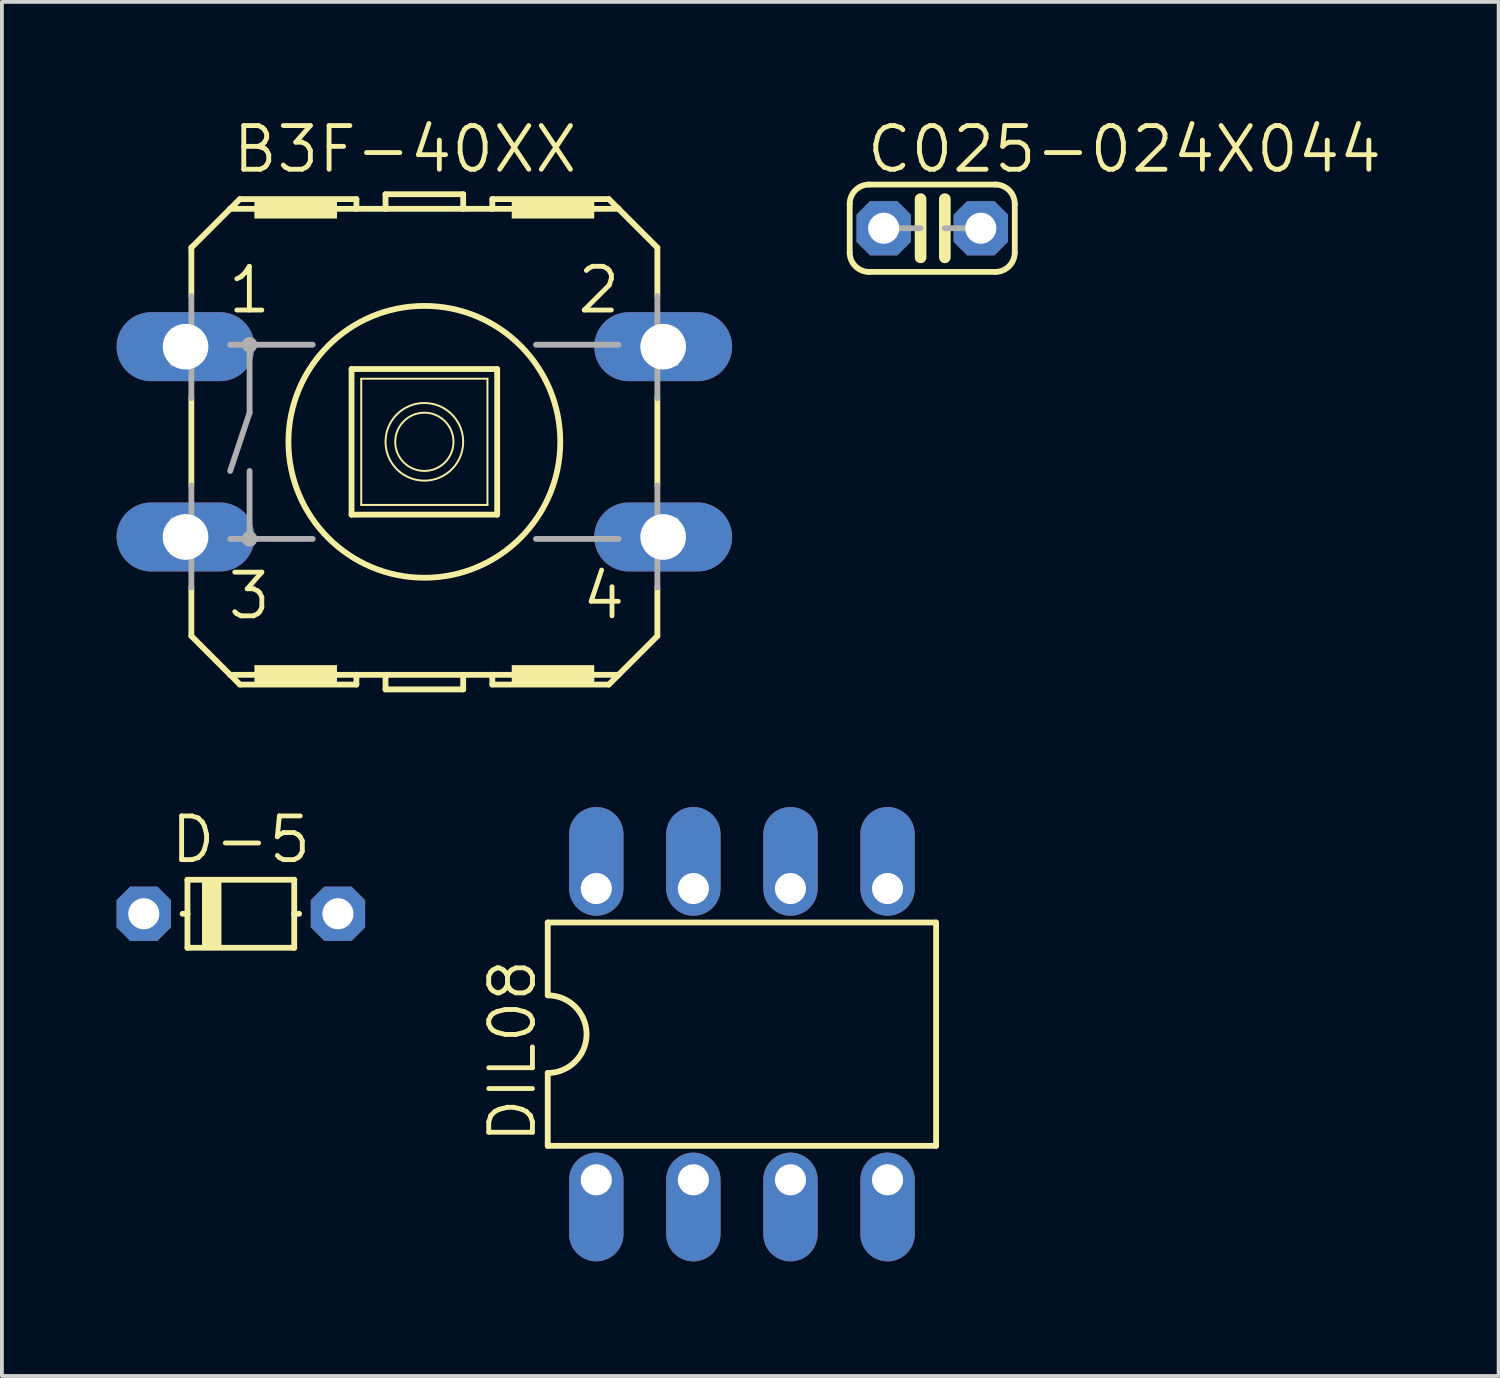
<source format=kicad_pcb>
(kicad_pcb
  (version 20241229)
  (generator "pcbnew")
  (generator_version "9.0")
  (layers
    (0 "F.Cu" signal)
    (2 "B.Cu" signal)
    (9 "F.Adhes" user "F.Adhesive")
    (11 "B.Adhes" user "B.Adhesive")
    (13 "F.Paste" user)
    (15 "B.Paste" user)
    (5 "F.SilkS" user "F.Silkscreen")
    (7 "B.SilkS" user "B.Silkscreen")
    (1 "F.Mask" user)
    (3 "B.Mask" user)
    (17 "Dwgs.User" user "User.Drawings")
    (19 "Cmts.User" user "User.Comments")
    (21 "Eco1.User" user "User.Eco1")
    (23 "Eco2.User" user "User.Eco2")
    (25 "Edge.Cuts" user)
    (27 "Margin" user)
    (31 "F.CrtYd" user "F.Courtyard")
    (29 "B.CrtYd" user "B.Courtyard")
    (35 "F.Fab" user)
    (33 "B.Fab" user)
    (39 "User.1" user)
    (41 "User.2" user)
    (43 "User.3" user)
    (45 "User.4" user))
  (footprint "C025-024X044"
    (layer "F.Cu")
    (at 21.339 2.921)
    (property "Reference" "C025-024X044" (at -1.778 -1.397 0) (layer "F.SilkS") (effects (font (size 1.143 1.143) (thickness 0.127)) (justify left bottom)))
    (fp_line (start -2.159 0.635) (end -2.159 -0.635) (stroke (width 0.152) (type solid)) (layer "F.SilkS"))
    (fp_line (start -0.305 -0.762) (end -0.305 0.762) (stroke (width 0.305) (type solid)) (layer "F.SilkS"))
    (fp_line (start 0.33 -0.762) (end 0.33 0.762) (stroke (width 0.305) (type solid)) (layer "F.SilkS"))
    (fp_line (start 1.651 -1.143) (end -1.651 -1.143) (stroke (width 0.152) (type solid)) (layer "F.SilkS"))
    (fp_line (start 1.651 1.143) (end -1.651 1.143) (stroke (width 0.152) (type solid)) (layer "F.SilkS"))
    (fp_line (start 2.159 0.635) (end 2.159 -0.635) (stroke (width 0.152) (type solid)) (layer "F.SilkS"))
    (fp_arc (start -2.159 -0.635) (mid -2.01021 -0.99421) (end -1.651 -1.143) (stroke (width 0.1524) (type solid)) (layer "F.SilkS"))
    (fp_arc (start -1.651 1.143) (mid -2.01021 0.99421) (end -2.159 0.635) (stroke (width 0.1524) (type solid)) (layer "F.SilkS"))
    (fp_arc (start 1.651 -1.143) (mid 2.01021 -0.99421) (end 2.159 -0.635) (stroke (width 0.1524) (type solid)) (layer "F.SilkS"))
    (fp_arc (start 2.159 0.635) (mid 2.01021 0.99421) (end 1.651 1.143) (stroke (width 0.1524) (type solid)) (layer "F.SilkS"))
    (fp_line (start -1.27 0) (end -0.305 0) (stroke (width 0.152) (type solid)) (layer "F.Fab"))
    (fp_line (start 1.27 0) (end 0.33 0) (stroke (width 0.152) (type solid)) (layer "F.Fab"))
    (pad "1" thru_hole roundrect (at -1.27 0) (size 1.422 1.422) (drill 0.813) (layers "*.Cu" "*.Mask") (roundrect_rratio 0.25) (chamfer_ratio 0.25) (chamfer top_left top_right bottom_left bottom_right))
    (pad "2" thru_hole roundrect (at 1.27 0) (size 1.422 1.422) (drill 0.813) (layers "*.Cu" "*.Mask") (roundrect_rratio 0.25) (chamfer_ratio 0.25) (chamfer top_left top_right bottom_left bottom_right)))
  (footprint "B3F-40XX"
    (layer "F.Cu")
    (at 8.052 8.509)
    (property "Reference" "B3F-40XX" (at -5.08 -6.985 0) (layer "F.SilkS") (effects (font (size 1.143 1.143) (thickness 0.127)) (justify left bottom)))
    (fp_line (start -6.096 -5.08) (end -6.096 -3.81) (stroke (width 0.152) (type solid)) (layer "F.SilkS"))
    (fp_line (start -6.096 -1.143) (end -6.096 1.143) (stroke (width 0.152) (type solid)) (layer "F.SilkS"))
    (fp_line (start -6.096 3.81) (end -6.096 5.08) (stroke (width 0.152) (type solid)) (layer "F.SilkS"))
    (fp_line (start -6.096 5.08) (end -5.08 6.096) (stroke (width 0.152) (type solid)) (layer "F.SilkS"))
    (fp_line (start -5.08 -6.096) (end -6.096 -5.08) (stroke (width 0.152) (type solid)) (layer "F.SilkS"))
    (fp_line (start -5.08 -6.096) (end -4.826 -6.35) (stroke (width 0.152) (type solid)) (layer "F.SilkS"))
    (fp_line (start -5.08 -6.096) (end -1.778 -6.096) (stroke (width 0.152) (type solid)) (layer "F.SilkS"))
    (fp_line (start -5.08 6.096) (end -1.778 6.096) (stroke (width 0.152) (type solid)) (layer "F.SilkS"))
    (fp_line (start -4.826 6.35) (end -5.08 6.096) (stroke (width 0.152) (type solid)) (layer "F.SilkS"))
    (fp_line (start -1.905 -1.905) (end -1.905 1.905) (stroke (width 0.152) (type solid)) (layer "F.SilkS"))
    (fp_line (start -1.905 -1.905) (end 1.905 -1.905) (stroke (width 0.152) (type solid)) (layer "F.SilkS"))
    (fp_line (start -1.778 -6.35) (end -4.826 -6.35) (stroke (width 0.152) (type solid)) (layer "F.SilkS"))
    (fp_line (start -1.778 -6.35) (end -1.778 -6.096) (stroke (width 0.152) (type solid)) (layer "F.SilkS"))
    (fp_line (start -1.778 -6.096) (end -1.016 -6.096) (stroke (width 0.152) (type solid)) (layer "F.SilkS"))
    (fp_line (start -1.778 6.096) (end -1.778 6.35) (stroke (width 0.152) (type solid)) (layer "F.SilkS"))
    (fp_line (start -1.778 6.096) (end -1.016 6.096) (stroke (width 0.152) (type solid)) (layer "F.SilkS"))
    (fp_line (start -1.778 6.35) (end -4.826 6.35) (stroke (width 0.152) (type solid)) (layer "F.SilkS"))
    (fp_line (start -1.651 -1.651) (end -1.651 1.651) (stroke (width 0.051) (type solid)) (layer "F.SilkS"))
    (fp_line (start -1.651 -1.651) (end 1.651 -1.651) (stroke (width 0.051) (type solid)) (layer "F.SilkS"))
    (fp_line (start -1.016 -6.477) (end 1.016 -6.477) (stroke (width 0.152) (type solid)) (layer "F.SilkS"))
    (fp_line (start -1.016 -6.096) (end -1.016 -6.477) (stroke (width 0.152) (type solid)) (layer "F.SilkS"))
    (fp_line (start -1.016 -6.096) (end 1.016 -6.096) (stroke (width 0.152) (type solid)) (layer "F.SilkS"))
    (fp_line (start -1.016 6.096) (end 1.016 6.096) (stroke (width 0.152) (type solid)) (layer "F.SilkS"))
    (fp_line (start -1.016 6.477) (end -1.016 6.096) (stroke (width 0.152) (type solid)) (layer "F.SilkS"))
    (fp_line (start -1.016 6.477) (end 1.016 6.477) (stroke (width 0.152) (type solid)) (layer "F.SilkS"))
    (fp_line (start 1.016 -6.477) (end 1.016 -6.096) (stroke (width 0.152) (type solid)) (layer "F.SilkS"))
    (fp_line (start 1.016 6.096) (end 1.016 6.477) (stroke (width 0.152) (type solid)) (layer "F.SilkS"))
    (fp_line (start 1.016 6.096) (end 1.778 6.096) (stroke (width 0.152) (type solid)) (layer "F.SilkS"))
    (fp_line (start 1.651 1.651) (end -1.651 1.651) (stroke (width 0.051) (type solid)) (layer "F.SilkS"))
    (fp_line (start 1.651 1.651) (end 1.651 -1.651) (stroke (width 0.051) (type solid)) (layer "F.SilkS"))
    (fp_line (start 1.778 -6.35) (end 1.778 -6.096) (stroke (width 0.152) (type solid)) (layer "F.SilkS"))
    (fp_line (start 1.778 -6.096) (end 1.016 -6.096) (stroke (width 0.152) (type solid)) (layer "F.SilkS"))
    (fp_line (start 1.778 6.096) (end 1.778 6.35) (stroke (width 0.152) (type solid)) (layer "F.SilkS"))
    (fp_line (start 1.778 6.096) (end 5.08 6.096) (stroke (width 0.152) (type solid)) (layer "F.SilkS"))
    (fp_line (start 1.905 1.905) (end -1.905 1.905) (stroke (width 0.152) (type solid)) (layer "F.SilkS"))
    (fp_line (start 1.905 1.905) (end 1.905 -1.905) (stroke (width 0.152) (type solid)) (layer "F.SilkS"))
    (fp_line (start 4.826 -6.35) (end 1.778 -6.35) (stroke (width 0.152) (type solid)) (layer "F.SilkS"))
    (fp_line (start 4.826 6.35) (end 1.778 6.35) (stroke (width 0.152) (type solid)) (layer "F.SilkS"))
    (fp_line (start 5.08 -6.096) (end 1.778 -6.096) (stroke (width 0.152) (type solid)) (layer "F.SilkS"))
    (fp_line (start 5.08 -6.096) (end 4.826 -6.35) (stroke (width 0.152) (type solid)) (layer "F.SilkS"))
    (fp_line (start 5.08 6.096) (end 4.826 6.35) (stroke (width 0.152) (type solid)) (layer "F.SilkS"))
    (fp_line (start 5.08 6.096) (end 6.096 5.08) (stroke (width 0.152) (type solid)) (layer "F.SilkS"))
    (fp_line (start 6.096 -5.08) (end 5.08 -6.096) (stroke (width 0.152) (type solid)) (layer "F.SilkS"))
    (fp_line (start 6.096 -5.08) (end 6.096 -3.81) (stroke (width 0.152) (type solid)) (layer "F.SilkS"))
    (fp_line (start 6.096 -1.143) (end 6.096 1.143) (stroke (width 0.152) (type solid)) (layer "F.SilkS"))
    (fp_line (start 6.096 5.08) (end 6.096 3.81) (stroke (width 0.152) (type solid)) (layer "F.SilkS"))
    (fp_circle (center 0 0) (end 0.762 0) (stroke (width 0.051) (type solid)) (fill no) (layer "F.SilkS"))
    (fp_circle (center 0 0) (end 1.016 0) (stroke (width 0.051) (type solid)) (fill no) (layer "F.SilkS"))
    (fp_circle (center 0 0) (end 3.556 0) (stroke (width 0.152) (type solid)) (fill no) (layer "F.SilkS"))
    (fp_poly (pts (xy -4.445 -5.842) (xy -2.286 -5.842) (xy -2.286 -6.35) (xy -4.445 -6.35)) (stroke (width 0) (type solid)) (fill yes) (layer "F.SilkS"))
    (fp_poly (pts (xy -4.445 6.35) (xy -2.286 6.35) (xy -2.286 5.842) (xy -4.445 5.842)) (stroke (width 0) (type solid)) (fill yes) (layer "F.SilkS"))
    (fp_poly (pts (xy 2.286 -5.842) (xy 4.445 -5.842) (xy 4.445 -6.35) (xy 2.286 -6.35)) (stroke (width 0) (type solid)) (fill yes) (layer "F.SilkS"))
    (fp_poly (pts (xy 2.286 6.35) (xy 4.445 6.35) (xy 4.445 5.842) (xy 2.286 5.842)) (stroke (width 0) (type solid)) (fill yes) (layer "F.SilkS"))
    (fp_line (start -6.096 -1.143) (end -6.096 -3.81) (stroke (width 0.152) (type solid)) (layer "F.Fab"))
    (fp_line (start -6.096 3.81) (end -6.096 1.143) (stroke (width 0.152) (type solid)) (layer "F.Fab"))
    (fp_line (start -5.08 -2.54) (end -4.572 -2.54) (stroke (width 0.152) (type solid)) (layer "F.Fab"))
    (fp_line (start -5.08 2.54) (end -4.572 2.54) (stroke (width 0.152) (type solid)) (layer "F.Fab"))
    (fp_line (start -4.572 -2.54) (end -4.572 -0.762) (stroke (width 0.152) (type solid)) (layer "F.Fab"))
    (fp_line (start -4.572 -2.54) (end -2.921 -2.54) (stroke (width 0.152) (type solid)) (layer "F.Fab"))
    (fp_line (start -4.572 -0.762) (end -5.08 0.762) (stroke (width 0.152) (type solid)) (layer "F.Fab"))
    (fp_line (start -4.572 0.762) (end -4.572 2.54) (stroke (width 0.152) (type solid)) (layer "F.Fab"))
    (fp_line (start -4.572 2.54) (end -2.921 2.54) (stroke (width 0.152) (type solid)) (layer "F.Fab"))
    (fp_line (start 2.921 -2.54) (end 5.08 -2.54) (stroke (width 0.152) (type solid)) (layer "F.Fab"))
    (fp_line (start 2.921 2.54) (end 5.08 2.54) (stroke (width 0.152) (type solid)) (layer "F.Fab"))
    (fp_line (start 6.096 -1.143) (end 6.096 -3.81) (stroke (width 0.152) (type solid)) (layer "F.Fab"))
    (fp_line (start 6.096 3.81) (end 6.096 1.143) (stroke (width 0.152) (type solid)) (layer "F.Fab"))
    (fp_circle (center -4.572 -2.54) (end -4.445 -2.54) (stroke (width 0.152) (type solid)) (fill no) (layer "F.Fab"))
    (fp_circle (center -4.572 2.54) (end -4.445 2.54) (stroke (width 0.152) (type solid)) (fill no) (layer "F.Fab"))
    (fp_poly (pts (xy -6.604 -2.032) (xy -6.096 -2.032) (xy -6.096 -2.921) (xy -6.604 -2.921)) (stroke (width 0.1) (type solid)) (fill no) (layer "F.Fab"))
    (fp_poly (pts (xy -6.604 2.921) (xy -6.096 2.921) (xy -6.096 2.032) (xy -6.604 2.032)) (stroke (width 0.1) (type solid)) (fill no) (layer "F.Fab"))
    (fp_poly (pts (xy 6.096 -2.032) (xy 6.604 -2.032) (xy 6.604 -2.921) (xy 6.096 -2.921)) (stroke (width 0.1) (type solid)) (fill no) (layer "F.Fab"))
    (fp_poly (pts (xy 6.096 2.921) (xy 6.604 2.921) (xy 6.604 2.032) (xy 6.096 2.032)) (stroke (width 0.1) (type solid)) (fill no) (layer "F.Fab"))
    (fp_text user "2" (at 3.937 -3.302 0) (layer "F.SilkS") (effects (font (size 1.143 1.143) (thickness 0.127)) (justify left bottom)))
    (fp_text user "1" (at -5.207 -3.302 0) (layer "F.SilkS") (effects (font (size 1.143 1.143) (thickness 0.127)) (justify left bottom)))
    (fp_text user "4" (at 4.064 4.699 0) (layer "F.SilkS") (effects (font (size 1.143 1.143) (thickness 0.127)) (justify left bottom)))
    (fp_text user "3" (at -5.207 4.699 0) (layer "F.SilkS") (effects (font (size 1.143 1.143) (thickness 0.127)) (justify left bottom)))
    (pad "1" thru_hole oval (at -6.248 -2.489) (size 3.607 1.803) (drill 1.194) (layers "*.Cu" "*.Mask"))
    (pad "2" thru_hole oval (at 6.248 -2.489) (size 3.607 1.803) (drill 1.194) (layers "*.Cu" "*.Mask"))
    (pad "3" thru_hole oval (at -6.248 2.489) (size 3.607 1.803) (drill 1.194) (layers "*.Cu" "*.Mask"))
    (pad "4" thru_hole oval (at 6.248 2.489) (size 3.607 1.803) (drill 1.194) (layers "*.Cu" "*.Mask")))
  (footprint "DIL08"
    (layer "F.Cu")
    (at 16.36 24.006)
    (property "Reference" "DIL08" (at -5.334 2.921 90) (layer "F.SilkS") (effects (font (size 1.143 1.143) (thickness 0.127)) (justify left bottom)))
    (fp_line (start -5.08 -2.921) (end -5.08 -1.016) (stroke (width 0.152) (type solid)) (layer "F.SilkS"))
    (fp_line (start -5.08 2.921) (end -5.08 1.016) (stroke (width 0.152) (type solid)) (layer "F.SilkS"))
    (fp_line (start -5.08 2.921) (end 5.08 2.921) (stroke (width 0.152) (type solid)) (layer "F.SilkS"))
    (fp_line (start 5.08 -2.921) (end -5.08 -2.921) (stroke (width 0.152) (type solid)) (layer "F.SilkS"))
    (fp_line (start 5.08 -2.921) (end 5.08 2.921) (stroke (width 0.152) (type solid)) (layer "F.SilkS"))
    (fp_arc (start -5.08 -1.016) (mid -4.064 0) (end -5.08 1.016) (stroke (width 0.1524) (type solid)) (layer "F.SilkS"))
    (pad "1" thru_hole oval (at -3.81 3.81 270) (size 2.845 1.422) (drill 0.813 (offset 0.711 0)) (layers "*.Cu" "*.Mask"))
    (pad "2" thru_hole oval (at -1.27 3.81 270) (size 2.845 1.422) (drill 0.813 (offset 0.711 0)) (layers "*.Cu" "*.Mask"))
    (pad "3" thru_hole oval (at 1.27 3.81 270) (size 2.845 1.422) (drill 0.813 (offset 0.711 0)) (layers "*.Cu" "*.Mask"))
    (pad "4" thru_hole oval (at 3.81 3.81 270) (size 2.845 1.422) (drill 0.813 (offset 0.711 0)) (layers "*.Cu" "*.Mask"))
    (pad "5" thru_hole oval (at 3.81 -3.81 90) (size 2.845 1.422) (drill 0.813 (offset 0.711 0)) (layers "*.Cu" "*.Mask"))
    (pad "6" thru_hole oval (at 1.27 -3.81 90) (size 2.845 1.422) (drill 0.813 (offset 0.711 0)) (layers "*.Cu" "*.Mask"))
    (pad "7" thru_hole oval (at -1.27 -3.81 90) (size 2.845 1.422) (drill 0.813 (offset 0.711 0)) (layers "*.Cu" "*.Mask"))
    (pad "8" thru_hole oval (at -3.81 -3.81 90) (size 2.845 1.422) (drill 0.813 (offset 0.711 0)) (layers "*.Cu" "*.Mask")))
  (footprint "D-5"
    (layer "F.Cu")
    (at 3.251 20.856)
    (property "Reference" "D-5" (at -1.905 -1.27 0) (layer "F.SilkS") (effects (font (size 1.143 1.143) (thickness 0.127)) (justify left bottom)))
    (fp_line (start -1.397 -0.889) (end -1.397 0) (stroke (width 0.152) (type solid)) (layer "F.SilkS"))
    (fp_line (start -1.397 0) (end -1.524 0) (stroke (width 0.152) (type solid)) (layer "F.SilkS"))
    (fp_line (start -1.397 0) (end -1.397 0.889) (stroke (width 0.152) (type solid)) (layer "F.SilkS"))
    (fp_line (start -1.397 0.889) (end 1.397 0.889) (stroke (width 0.152) (type solid)) (layer "F.SilkS"))
    (fp_line (start 1.397 -0.889) (end -1.397 -0.889) (stroke (width 0.152) (type solid)) (layer "F.SilkS"))
    (fp_line (start 1.397 0) (end 1.397 -0.889) (stroke (width 0.152) (type solid)) (layer "F.SilkS"))
    (fp_line (start 1.397 0.889) (end 1.397 0) (stroke (width 0.152) (type solid)) (layer "F.SilkS"))
    (fp_line (start 1.524 0) (end 1.397 0) (stroke (width 0.152) (type solid)) (layer "F.SilkS"))
    (fp_poly (pts (xy -1.016 0.889) (xy -0.508 0.889) (xy -0.508 -0.889) (xy -1.016 -0.889)) (stroke (width 0) (type solid)) (fill yes) (layer "F.SilkS"))
    (pad "A" thru_hole roundrect (at 2.54 0) (size 1.422 1.422) (drill 0.813) (layers "*.Cu" "*.Mask") (roundrect_rratio 0.25) (chamfer_ratio 0.25) (chamfer top_left top_right bottom_left bottom_right))
    (pad "C" thru_hole roundrect (at -2.54 0) (size 1.422 1.422) (drill 0.813) (layers "*.Cu" "*.Mask") (roundrect_rratio 0.25) (chamfer_ratio 0.25) (chamfer top_left top_right bottom_left bottom_right)))
  (gr_rect
    (start -3 -3)
    (end 36.157 32.949)
    (stroke (width 0.1) (type default))
    (fill no)
    (layer "Edge.Cuts")))
</source>
